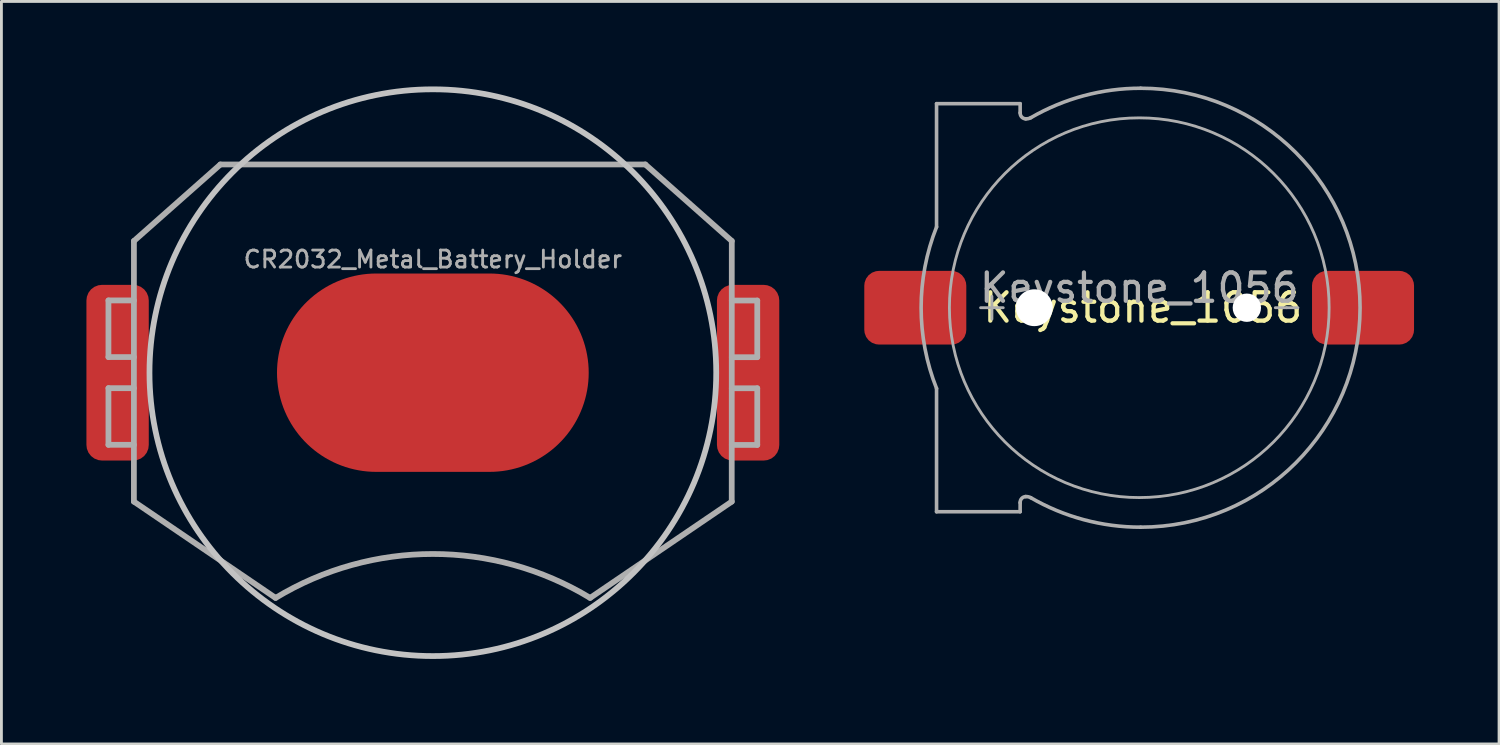
<source format=kicad_pcb>
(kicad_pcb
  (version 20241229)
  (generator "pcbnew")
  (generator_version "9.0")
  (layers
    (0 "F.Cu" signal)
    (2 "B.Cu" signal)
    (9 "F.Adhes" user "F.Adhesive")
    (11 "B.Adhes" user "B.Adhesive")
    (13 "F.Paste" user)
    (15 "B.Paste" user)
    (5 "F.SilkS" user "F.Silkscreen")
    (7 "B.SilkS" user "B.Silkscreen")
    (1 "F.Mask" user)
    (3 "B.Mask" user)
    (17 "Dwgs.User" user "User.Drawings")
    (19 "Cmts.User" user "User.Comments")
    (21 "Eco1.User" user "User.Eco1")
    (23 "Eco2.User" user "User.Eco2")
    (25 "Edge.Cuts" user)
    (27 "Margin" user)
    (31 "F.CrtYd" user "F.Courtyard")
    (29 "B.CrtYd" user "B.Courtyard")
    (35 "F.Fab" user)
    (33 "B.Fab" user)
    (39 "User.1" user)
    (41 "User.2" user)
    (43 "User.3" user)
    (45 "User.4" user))
  (footprint "CR2032_Metal_Battery_Holder"
    (layer "F.Cu")
    (at 12.225 10.102)
    (property "Reference" "CR2032_Metal_Battery_Holder" (at 0 -4 0) (layer "F.Fab") (effects (font (size 0.6 0.6) (thickness 0.1))))
    (attr smd)
    (fp_circle (center 0 0) (end 10 0) (stroke (width 0.203) (type solid)) (fill no) (layer "Dwgs.User"))
    (fp_line (start -11.448 -2.55) (end -10.549 -2.55) (stroke (width 0.203) (type solid)) (layer "F.Fab"))
    (fp_line (start -11.448 -0.551) (end -11.448 -2.55) (stroke (width 0.203) (type solid)) (layer "F.Fab"))
    (fp_line (start -11.448 0.546) (end -10.549 0.546) (stroke (width 0.203) (type solid)) (layer "F.Fab"))
    (fp_line (start -11.448 2.545) (end -11.448 0.546) (stroke (width 0.203) (type solid)) (layer "F.Fab"))
    (fp_line (start -10.55 4.55) (end -10.549 -4.648) (stroke (width 0.203) (type solid)) (layer "F.Fab"))
    (fp_line (start -10.549 -0.551) (end -11.448 -0.551) (stroke (width 0.203) (type solid)) (layer "F.Fab"))
    (fp_line (start -10.549 2.545) (end -11.448 2.545) (stroke (width 0.203) (type solid)) (layer "F.Fab"))
    (fp_line (start -7.498 -7.348) (end -10.549 -4.648) (stroke (width 0.203) (type solid)) (layer "F.Fab"))
    (fp_line (start -7.498 -7.348) (end 7.498 -7.348) (stroke (width 0.203) (type solid)) (layer "F.Fab"))
    (fp_line (start -5.55 7.948) (end -10.549 4.549) (stroke (width 0.203) (type solid)) (layer "F.Fab"))
    (fp_line (start 7.498 -7.348) (end 10.549 -4.648) (stroke (width 0.203) (type solid)) (layer "F.Fab"))
    (fp_line (start 10.547 4.55) (end 10.549 -4.648) (stroke (width 0.203) (type solid)) (layer "F.Fab"))
    (fp_line (start 10.549 -2.546) (end 11.448 -2.546) (stroke (width 0.203) (type solid)) (layer "F.Fab"))
    (fp_line (start 10.549 0.55) (end 11.448 0.55) (stroke (width 0.203) (type solid)) (layer "F.Fab"))
    (fp_line (start 10.549 4.549) (end 5.55 7.948) (stroke (width 0.203) (type solid)) (layer "F.Fab"))
    (fp_line (start 11.448 -2.546) (end 11.448 -0.547) (stroke (width 0.203) (type solid)) (layer "F.Fab"))
    (fp_line (start 11.448 -0.547) (end 10.549 -0.547) (stroke (width 0.203) (type solid)) (layer "F.Fab"))
    (fp_line (start 11.448 0.55) (end 11.448 2.549) (stroke (width 0.203) (type solid)) (layer "F.Fab"))
    (fp_line (start 11.448 2.549) (end 10.549 2.549) (stroke (width 0.203) (type solid)) (layer "F.Fab"))
    (fp_arc (start -5.5499 7.94766) (mid -0.001137 6.397783) (end 5.547956 7.946482) (stroke (width 0.2032) (type solid)) (layer "F.Fab"))
    (pad "" smd circle (at -3.75 0) (size 2 2) (layers "F.Mask" "F.Paste"))
    (pad "" smd circle (at -2.5 -2.25) (size 2 2) (layers "F.Mask" "F.Paste"))
    (pad "" smd circle (at -2.5 2.25) (size 2 2) (layers "F.Mask" "F.Paste"))
    (pad "" smd circle (at -1.25 0) (size 2 2) (layers "F.Mask" "F.Paste"))
    (pad "" smd circle (at 0 -2.25) (size 2 2) (layers "F.Mask" "F.Paste"))
    (pad "" smd circle (at 0 2.25) (size 2 2) (layers "F.Mask" "F.Paste"))
    (pad "" smd circle (at 1.25 0) (size 2 2) (layers "F.Mask" "F.Paste"))
    (pad "" smd circle (at 2.5 -2.25) (size 2 2) (layers "F.Mask" "F.Paste"))
    (pad "" smd circle (at 2.5 2.25) (size 2 2) (layers "F.Mask" "F.Paste"))
    (pad "" smd circle (at 3.75 0) (size 2 2) (layers "F.Mask" "F.Paste"))
    (pad "1" smd roundrect (at -11.125 0) (size 2.2 6.2) (layers "F.Cu" "F.Mask" "F.Paste") (roundrect_rratio 0.25))
    (pad "1" smd roundrect (at 11.125 0) (size 2.2 6.2) (layers "F.Cu" "F.Mask" "F.Paste") (roundrect_rratio 0.25))
    (pad "2" smd oval (at 0 0) (size 11 7) (layers "F.Cu" "F.Mask")))
  (footprint "Keystone_1056"
    (layer "F.Cu")
    (at 37.154 7.809)
    (property "Reference" "Keystone_1056" (at 0.125 0 0) (unlocked yes) (layer "F.SilkS") (effects (font (size 1 1) (thickness 0.15))))
    (fp_line (start -7.154 -7.2) (end -7.154 -2.85) (stroke (width 0.127) (type solid)) (layer "F.Fab"))
    (fp_line (start -7.154 -7.2) (end -4.204 -7.2) (stroke (width 0.127) (type solid)) (layer "F.Fab"))
    (fp_line (start -7.154 2.85) (end -7.154 7.2) (stroke (width 0.127) (type solid)) (layer "F.Fab"))
    (fp_line (start -7.154 7.2) (end -4.204 7.2) (stroke (width 0.127) (type solid)) (layer "F.Fab"))
    (fp_line (start -5.2 0) (end -5.6 0) (stroke (width 0.1) (type solid)) (layer "F.Fab"))
    (fp_line (start -5.2 0) (end -5.2 -0.4) (stroke (width 0.1) (type solid)) (layer "F.Fab"))
    (fp_line (start -5.2 0.4) (end -5.2 0) (stroke (width 0.1) (type solid)) (layer "F.Fab"))
    (fp_line (start -4.8 0) (end -5.2 0) (stroke (width 0.1) (type solid)) (layer "F.Fab"))
    (fp_line (start -4.204 -7.2) (end -4.204 -6.88) (stroke (width 0.127) (type solid)) (layer "F.Fab"))
    (fp_line (start -4.204 7.2) (end -4.204 6.88) (stroke (width 0.127) (type solid)) (layer "F.Fab"))
    (fp_line (start 5.2 0) (end 4.8 0) (stroke (width 0.1) (type solid)) (layer "F.Fab"))
    (fp_line (start 5.6 0) (end 5.2 0) (stroke (width 0.1) (type solid)) (layer "F.Fab"))
    (fp_arc (start -7.153504 2.85) (mid -7.698563 0) (end -7.153504 -2.85) (stroke (width 0.127) (type solid)) (layer "F.Fab"))
    (fp_arc (start -4.203505 6.88) (mid -4.150534 6.732113) (end -4.008504 6.665) (stroke (width 0.127) (type solid)) (layer "F.Fab"))
    (fp_arc (start -4.008504 -6.665) (mid -4.150532 -6.732114) (end -4.203504 -6.88) (stroke (width 0.127) (type solid)) (layer "F.Fab"))
    (fp_arc (start -4.008504 6.665) (mid -3.915814 6.672896) (end -3.828504 6.705) (stroke (width 0.127) (type solid)) (layer "F.Fab"))
    (fp_arc (start -3.828504 -6.705) (mid -3.915814 -6.672896) (end -4.008504 -6.665) (stroke (width 0.127) (type solid)) (layer "F.Fab"))
    (fp_arc (start -3.828504 -6.705) (mid -1.959641 -7.480737) (end 0.046496 -7.745) (stroke (width 0.127) (type solid)) (layer "F.Fab"))
    (fp_arc (start 0.046496 -7.745) (mid 7.791496 0) (end 0.046496 7.745) (stroke (width 0.127) (type solid)) (layer "F.Fab"))
    (fp_arc (start 0.046496 7.745) (mid -1.959641 7.480737) (end -3.828504 6.705) (stroke (width 0.127) (type solid)) (layer "F.Fab"))
    (fp_circle (center 0 0) (end 6.7 0) (stroke (width 0.1) (type solid)) (fill no) (layer "F.Fab"))
    (fp_text user "${REFERENCE}" (at 0 -0.7 0) (unlocked yes) (layer "F.Fab") (effects (font (size 1 1) (thickness 0.15))))
    (pad "" np_thru_hole circle (at -3.704 0) (size 1.3 1.3) (drill 1.3) (layers "*.Cu" "*.Mask"))
    (pad "" np_thru_hole circle (at 3.796 0) (size 1 1) (drill 1) (layers "*.Cu" "*.Mask"))
    (pad "1" smd roundrect (at -7.904 0) (size 3.6 2.6) (layers "F.Cu" "F.Mask" "F.Paste") (roundrect_rratio 0.2))
    (pad "2" smd roundrect (at 7.896 0) (size 3.6 2.6) (layers "F.Cu" "F.Mask" "F.Paste") (roundrect_rratio 0.2)))
  (gr_rect
    (start -3 -3)
    (end 49.85 23.203)
    (stroke (width 0.1) (type default))
    (fill no)
    (layer "Edge.Cuts")))
</source>
